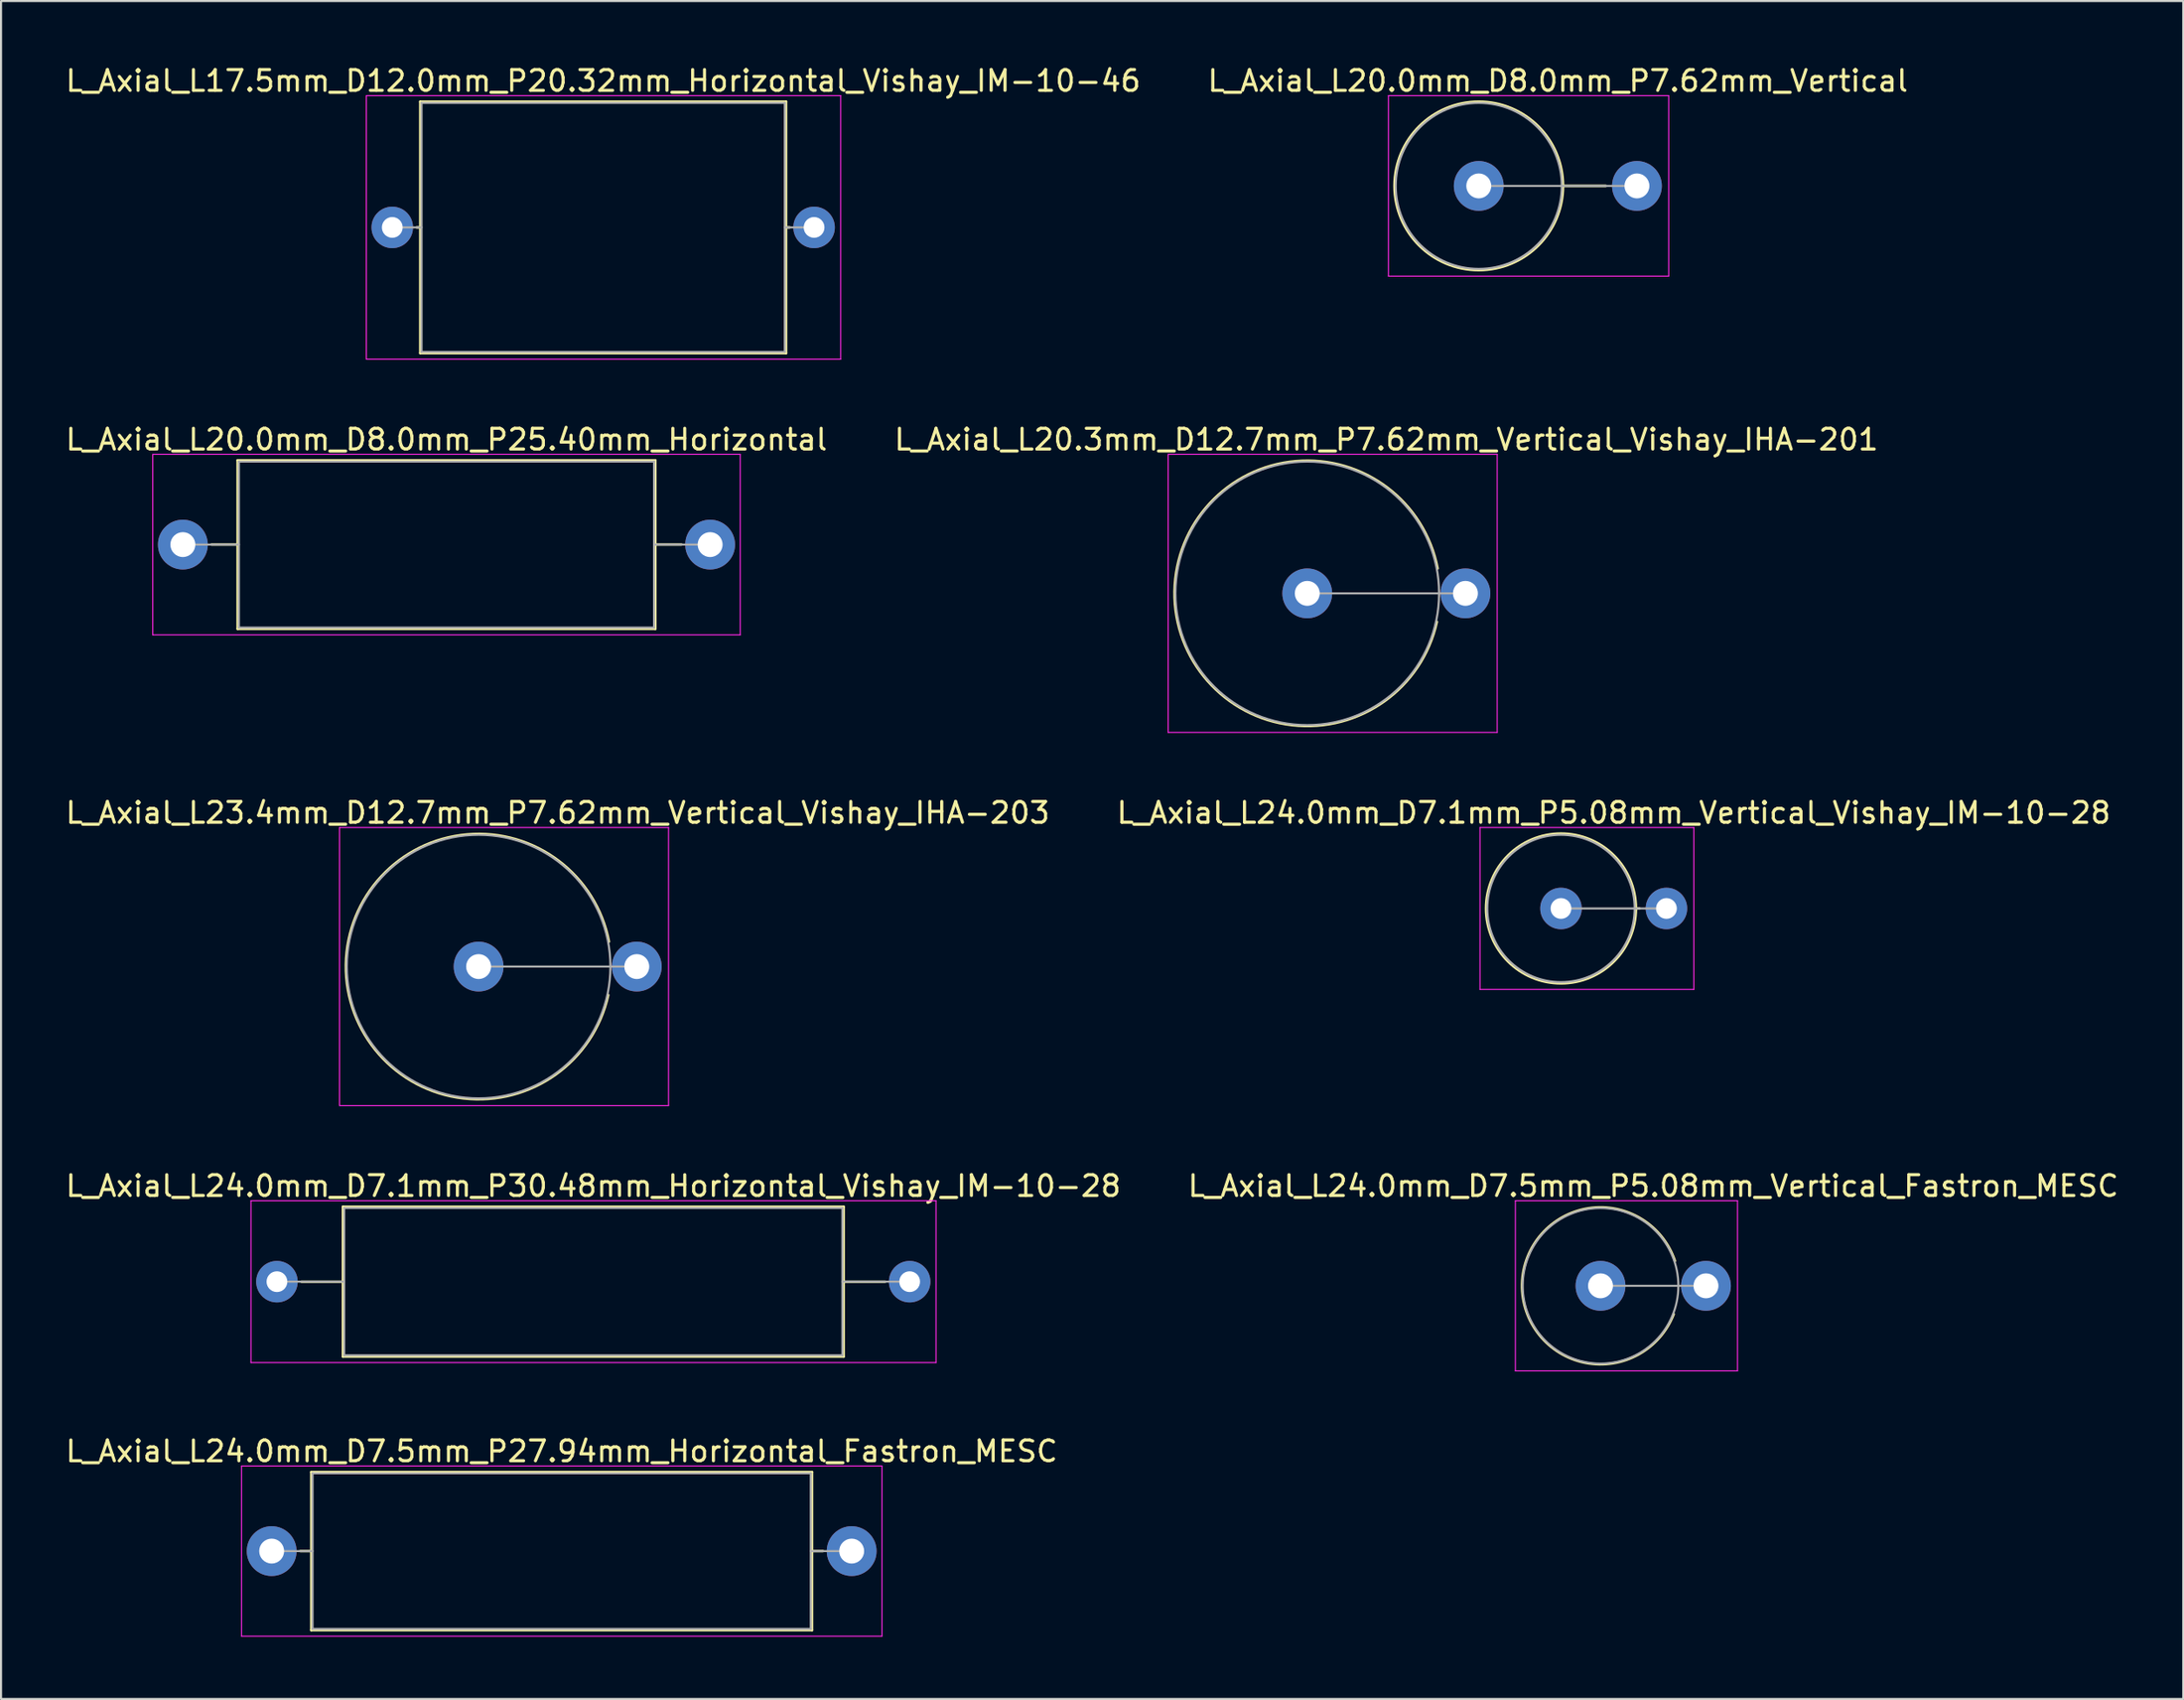
<source format=kicad_pcb>
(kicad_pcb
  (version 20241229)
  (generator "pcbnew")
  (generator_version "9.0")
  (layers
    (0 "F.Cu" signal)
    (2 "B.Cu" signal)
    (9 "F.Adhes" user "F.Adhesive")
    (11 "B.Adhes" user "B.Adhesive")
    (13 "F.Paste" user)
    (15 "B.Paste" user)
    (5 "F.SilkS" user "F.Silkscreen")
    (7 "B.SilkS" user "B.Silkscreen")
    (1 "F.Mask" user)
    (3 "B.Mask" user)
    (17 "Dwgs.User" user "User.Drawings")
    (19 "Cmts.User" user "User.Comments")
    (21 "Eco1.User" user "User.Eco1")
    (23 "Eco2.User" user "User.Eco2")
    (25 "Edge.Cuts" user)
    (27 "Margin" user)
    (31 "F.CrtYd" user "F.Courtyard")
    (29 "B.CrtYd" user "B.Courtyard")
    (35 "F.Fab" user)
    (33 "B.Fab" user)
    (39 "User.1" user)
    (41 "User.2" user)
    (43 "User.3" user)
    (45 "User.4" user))
  (footprint "L_Axial_L24.0mm_D7.5mm_P5.08mm_Vertical_Fastron_MESC"
    (layer "F.Cu")
    (at 74.049 58.908)
    (property "Reference" "L_Axial_L24.0mm_D7.5mm_P5.08mm_Vertical_Fastron_MESC" (at 2.54 -4.81 0) (layer "F.SilkS") (effects (font (size 1 1) (thickness 0.15))))
    (attr through_hole)
    (fp_arc (start 3.527175 1.360529) (mid -3.779514 -0.085308) (end 3.584969 -1.2) (stroke (width 0.12) (type solid)) (layer "F.SilkS"))
    (fp_line (start -4.1 -4.1) (end -4.1 4.1) (stroke (width 0.05) (type solid)) (layer "F.CrtYd"))
    (fp_line (start -4.1 4.1) (end 6.6 4.1) (stroke (width 0.05) (type solid)) (layer "F.CrtYd"))
    (fp_line (start 6.6 -4.1) (end -4.1 -4.1) (stroke (width 0.05) (type solid)) (layer "F.CrtYd"))
    (fp_line (start 6.6 4.1) (end 6.6 -4.1) (stroke (width 0.05) (type solid)) (layer "F.CrtYd"))
    (fp_line (start 0 0) (end 5.08 0) (stroke (width 0.1) (type solid)) (layer "F.Fab"))
    (fp_circle (center 0 0) (end 3.75 0) (stroke (width 0.1) (type solid)) (fill no) (layer "F.Fab"))
    (pad "1" thru_hole circle (at 0 0) (size 2.4 2.4) (drill 1.2) (layers "*.Cu" "*.Mask"))
    (pad "2" thru_hole oval (at 5.08 0) (size 2.4 2.4) (drill 1.2) (layers "*.Cu" "*.Mask")))
  (footprint "L_Axial_L24.0mm_D7.1mm_P5.08mm_Vertical_Vishay_IM-10-28"
    (layer "F.Cu")
    (at 72.145 40.725)
    (property "Reference" "L_Axial_L24.0mm_D7.1mm_P5.08mm_Vertical_Vishay_IM-10-28" (at 2.54 -4.61 0) (layer "F.SilkS") (effects (font (size 1 1) (thickness 0.15))))
    (attr through_hole)
    (fp_line (start 3.61 0) (end 3.78 0) (stroke (width 0.12) (type solid)) (layer "F.SilkS"))
    (fp_circle (center 0 0) (end 3.61 0) (stroke (width 0.12) (type solid)) (fill no) (layer "F.SilkS"))
    (fp_line (start -3.9 -3.9) (end -3.9 3.9) (stroke (width 0.05) (type solid)) (layer "F.CrtYd"))
    (fp_line (start -3.9 3.9) (end 6.4 3.9) (stroke (width 0.05) (type solid)) (layer "F.CrtYd"))
    (fp_line (start 6.4 -3.9) (end -3.9 -3.9) (stroke (width 0.05) (type solid)) (layer "F.CrtYd"))
    (fp_line (start 6.4 3.9) (end 6.4 -3.9) (stroke (width 0.05) (type solid)) (layer "F.CrtYd"))
    (fp_line (start 0 0) (end 5.08 0) (stroke (width 0.1) (type solid)) (layer "F.Fab"))
    (fp_circle (center 0 0) (end 3.55 0) (stroke (width 0.1) (type solid)) (fill no) (layer "F.Fab"))
    (pad "1" thru_hole circle (at 0 0) (size 2 2) (drill 1) (layers "*.Cu" "*.Mask"))
    (pad "2" thru_hole oval (at 5.08 0) (size 2 2) (drill 1) (layers "*.Cu" "*.Mask")))
  (footprint "L_Axial_L20.0mm_D8.0mm_P7.62mm_Vertical"
    (layer "F.Cu")
    (at 68.184 5.908)
    (property "Reference" "L_Axial_L20.0mm_D8.0mm_P7.62mm_Vertical" (at 3.81 -5.06 0) (layer "F.SilkS") (effects (font (size 1 1) (thickness 0.15))))
    (attr through_hole)
    (fp_line (start 4.06 0) (end 6.12 0) (stroke (width 0.12) (type solid)) (layer "F.SilkS"))
    (fp_circle (center 0 0) (end 4.06 0) (stroke (width 0.12) (type solid)) (fill no) (layer "F.SilkS"))
    (fp_line (start -4.35 -4.35) (end -4.35 4.35) (stroke (width 0.05) (type solid)) (layer "F.CrtYd"))
    (fp_line (start -4.35 4.35) (end 9.15 4.35) (stroke (width 0.05) (type solid)) (layer "F.CrtYd"))
    (fp_line (start 9.15 -4.35) (end -4.35 -4.35) (stroke (width 0.05) (type solid)) (layer "F.CrtYd"))
    (fp_line (start 9.15 4.35) (end 9.15 -4.35) (stroke (width 0.05) (type solid)) (layer "F.CrtYd"))
    (fp_line (start 0 0) (end 7.62 0) (stroke (width 0.1) (type solid)) (layer "F.Fab"))
    (fp_circle (center 0 0) (end 4 0) (stroke (width 0.1) (type solid)) (fill no) (layer "F.Fab"))
    (pad "1" thru_hole circle (at 0 0) (size 2.4 2.4) (drill 1.2) (layers "*.Cu" "*.Mask"))
    (pad "2" thru_hole oval (at 7.62 0) (size 2.4 2.4) (drill 1.2) (layers "*.Cu" "*.Mask")))
  (footprint "L_Axial_L24.0mm_D7.1mm_P30.48mm_Horizontal_Vishay_IM-10-28"
    (layer "F.Cu")
    (at 10.29 58.708)
    (property "Reference" "L_Axial_L24.0mm_D7.1mm_P30.48mm_Horizontal_Vishay_IM-10-28" (at 15.24 -4.61 0) (layer "F.SilkS") (effects (font (size 1 1) (thickness 0.15))))
    (attr through_hole)
    (fp_line (start 1.18 0) (end 3.18 0) (stroke (width 0.12) (type solid)) (layer "F.SilkS"))
    (fp_line (start 3.18 -3.61) (end 3.18 3.61) (stroke (width 0.12) (type solid)) (layer "F.SilkS"))
    (fp_line (start 3.18 3.61) (end 27.3 3.61) (stroke (width 0.12) (type solid)) (layer "F.SilkS"))
    (fp_line (start 27.3 -3.61) (end 3.18 -3.61) (stroke (width 0.12) (type solid)) (layer "F.SilkS"))
    (fp_line (start 27.3 3.61) (end 27.3 -3.61) (stroke (width 0.12) (type solid)) (layer "F.SilkS"))
    (fp_line (start 29.3 0) (end 27.3 0) (stroke (width 0.12) (type solid)) (layer "F.SilkS"))
    (fp_line (start -1.25 -3.9) (end -1.25 3.9) (stroke (width 0.05) (type solid)) (layer "F.CrtYd"))
    (fp_line (start -1.25 3.9) (end 31.75 3.9) (stroke (width 0.05) (type solid)) (layer "F.CrtYd"))
    (fp_line (start 31.75 -3.9) (end -1.25 -3.9) (stroke (width 0.05) (type solid)) (layer "F.CrtYd"))
    (fp_line (start 31.75 3.9) (end 31.75 -3.9) (stroke (width 0.05) (type solid)) (layer "F.CrtYd"))
    (fp_line (start 0 0) (end 3.24 0) (stroke (width 0.1) (type solid)) (layer "F.Fab"))
    (fp_line (start 3.24 -3.55) (end 3.24 3.55) (stroke (width 0.1) (type solid)) (layer "F.Fab"))
    (fp_line (start 3.24 3.55) (end 27.24 3.55) (stroke (width 0.1) (type solid)) (layer "F.Fab"))
    (fp_line (start 27.24 -3.55) (end 3.24 -3.55) (stroke (width 0.1) (type solid)) (layer "F.Fab"))
    (fp_line (start 27.24 3.55) (end 27.24 -3.55) (stroke (width 0.1) (type solid)) (layer "F.Fab"))
    (fp_line (start 30.48 0) (end 27.24 0) (stroke (width 0.1) (type solid)) (layer "F.Fab"))
    (pad "1" thru_hole circle (at 0 0) (size 2 2) (drill 1) (layers "*.Cu" "*.Mask"))
    (pad "2" thru_hole oval (at 30.48 0) (size 2 2) (drill 1) (layers "*.Cu" "*.Mask")))
  (footprint "L_Axial_L17.5mm_D12.0mm_P20.32mm_Horizontal_Vishay_IM-10-46"
    (layer "F.Cu")
    (at 15.846 7.908)
    (property "Reference" "L_Axial_L17.5mm_D12.0mm_P20.32mm_Horizontal_Vishay_IM-10-46" (at 10.16 -7.06 0) (layer "F.SilkS") (effects (font (size 1 1) (thickness 0.15))))
    (attr through_hole)
    (fp_line (start 1.18 0) (end 1.35 0) (stroke (width 0.12) (type solid)) (layer "F.SilkS"))
    (fp_line (start 1.35 -6.06) (end 1.35 6.06) (stroke (width 0.12) (type solid)) (layer "F.SilkS"))
    (fp_line (start 1.35 6.06) (end 18.97 6.06) (stroke (width 0.12) (type solid)) (layer "F.SilkS"))
    (fp_line (start 18.97 -6.06) (end 1.35 -6.06) (stroke (width 0.12) (type solid)) (layer "F.SilkS"))
    (fp_line (start 18.97 6.06) (end 18.97 -6.06) (stroke (width 0.12) (type solid)) (layer "F.SilkS"))
    (fp_line (start 19.14 0) (end 18.97 0) (stroke (width 0.12) (type solid)) (layer "F.SilkS"))
    (fp_line (start -1.25 -6.35) (end -1.25 6.35) (stroke (width 0.05) (type solid)) (layer "F.CrtYd"))
    (fp_line (start -1.25 6.35) (end 21.6 6.35) (stroke (width 0.05) (type solid)) (layer "F.CrtYd"))
    (fp_line (start 21.6 -6.35) (end -1.25 -6.35) (stroke (width 0.05) (type solid)) (layer "F.CrtYd"))
    (fp_line (start 21.6 6.35) (end 21.6 -6.35) (stroke (width 0.05) (type solid)) (layer "F.CrtYd"))
    (fp_line (start 0 0) (end 1.41 0) (stroke (width 0.1) (type solid)) (layer "F.Fab"))
    (fp_line (start 1.41 -6) (end 1.41 6) (stroke (width 0.1) (type solid)) (layer "F.Fab"))
    (fp_line (start 1.41 6) (end 18.91 6) (stroke (width 0.1) (type solid)) (layer "F.Fab"))
    (fp_line (start 18.91 -6) (end 1.41 -6) (stroke (width 0.1) (type solid)) (layer "F.Fab"))
    (fp_line (start 18.91 6) (end 18.91 -6) (stroke (width 0.1) (type solid)) (layer "F.Fab"))
    (fp_line (start 20.32 0) (end 18.91 0) (stroke (width 0.1) (type solid)) (layer "F.Fab"))
    (pad "1" thru_hole circle (at 0 0) (size 2 2) (drill 1) (layers "*.Cu" "*.Mask"))
    (pad "2" thru_hole oval (at 20.32 0) (size 2 2) (drill 1) (layers "*.Cu" "*.Mask")))
  (footprint "L_Axial_L20.3mm_D12.7mm_P7.62mm_Vertical_Vishay_IHA-201"
    (layer "F.Cu")
    (at 59.922 25.541)
    (property "Reference" "L_Axial_L20.3mm_D12.7mm_P7.62mm_Vertical_Vishay_IHA-201" (at 3.81 -7.41 0) (layer "F.SilkS") (effects (font (size 1 1) (thickness 0.15))))
    (attr through_hole)
    (fp_arc (start 6.243846 1.370541) (mid -6.391903 -0.087048) (end 6.278853 -1.2) (stroke (width 0.12) (type solid)) (layer "F.SilkS"))
    (fp_line (start -6.7 -6.7) (end -6.7 6.7) (stroke (width 0.05) (type solid)) (layer "F.CrtYd"))
    (fp_line (start -6.7 6.7) (end 9.15 6.7) (stroke (width 0.05) (type solid)) (layer "F.CrtYd"))
    (fp_line (start 9.15 -6.7) (end -6.7 -6.7) (stroke (width 0.05) (type solid)) (layer "F.CrtYd"))
    (fp_line (start 9.15 6.7) (end 9.15 -6.7) (stroke (width 0.05) (type solid)) (layer "F.CrtYd"))
    (fp_line (start 0 0) (end 7.62 0) (stroke (width 0.1) (type solid)) (layer "F.Fab"))
    (fp_circle (center 0 0) (end 6.35 0) (stroke (width 0.1) (type solid)) (fill no) (layer "F.Fab"))
    (pad "1" thru_hole circle (at 0 0) (size 2.4 2.4) (drill 1.2) (layers "*.Cu" "*.Mask"))
    (pad "2" thru_hole oval (at 7.62 0) (size 2.4 2.4) (drill 1.2) (layers "*.Cu" "*.Mask")))
  (footprint "L_Axial_L20.0mm_D8.0mm_P25.40mm_Horizontal"
    (layer "F.Cu")
    (at 5.758 23.192)
    (property "Reference" "L_Axial_L20.0mm_D8.0mm_P25.40mm_Horizontal" (at 12.7 -5.06 0) (layer "F.SilkS") (effects (font (size 1 1) (thickness 0.15))))
    (attr through_hole)
    (fp_line (start 1.38 0) (end 2.64 0) (stroke (width 0.12) (type solid)) (layer "F.SilkS"))
    (fp_line (start 2.64 -4.06) (end 2.64 4.06) (stroke (width 0.12) (type solid)) (layer "F.SilkS"))
    (fp_line (start 2.64 4.06) (end 22.76 4.06) (stroke (width 0.12) (type solid)) (layer "F.SilkS"))
    (fp_line (start 22.76 -4.06) (end 2.64 -4.06) (stroke (width 0.12) (type solid)) (layer "F.SilkS"))
    (fp_line (start 22.76 4.06) (end 22.76 -4.06) (stroke (width 0.12) (type solid)) (layer "F.SilkS"))
    (fp_line (start 24.02 0) (end 22.76 0) (stroke (width 0.12) (type solid)) (layer "F.SilkS"))
    (fp_line (start -1.45 -4.35) (end -1.45 4.35) (stroke (width 0.05) (type solid)) (layer "F.CrtYd"))
    (fp_line (start -1.45 4.35) (end 26.85 4.35) (stroke (width 0.05) (type solid)) (layer "F.CrtYd"))
    (fp_line (start 26.85 -4.35) (end -1.45 -4.35) (stroke (width 0.05) (type solid)) (layer "F.CrtYd"))
    (fp_line (start 26.85 4.35) (end 26.85 -4.35) (stroke (width 0.05) (type solid)) (layer "F.CrtYd"))
    (fp_line (start 0 0) (end 2.7 0) (stroke (width 0.1) (type solid)) (layer "F.Fab"))
    (fp_line (start 2.7 -4) (end 2.7 4) (stroke (width 0.1) (type solid)) (layer "F.Fab"))
    (fp_line (start 2.7 4) (end 22.7 4) (stroke (width 0.1) (type solid)) (layer "F.Fab"))
    (fp_line (start 22.7 -4) (end 2.7 -4) (stroke (width 0.1) (type solid)) (layer "F.Fab"))
    (fp_line (start 22.7 4) (end 22.7 -4) (stroke (width 0.1) (type solid)) (layer "F.Fab"))
    (fp_line (start 25.4 0) (end 22.7 0) (stroke (width 0.1) (type solid)) (layer "F.Fab"))
    (pad "1" thru_hole circle (at 0 0) (size 2.4 2.4) (drill 1.2) (layers "*.Cu" "*.Mask"))
    (pad "2" thru_hole oval (at 25.4 0) (size 2.4 2.4) (drill 1.2) (layers "*.Cu" "*.Mask")))
  (footprint "L_Axial_L23.4mm_D12.7mm_P7.62mm_Vertical_Vishay_IHA-203"
    (layer "F.Cu")
    (at 20.005 43.525)
    (property "Reference" "L_Axial_L23.4mm_D12.7mm_P7.62mm_Vertical_Vishay_IHA-203" (at 3.81 -7.41 0) (layer "F.SilkS") (effects (font (size 1 1) (thickness 0.15))))
    (attr through_hole)
    (fp_arc (start 6.243846 1.370541) (mid -6.391903 -0.087048) (end 6.278853 -1.2) (stroke (width 0.12) (type solid)) (layer "F.SilkS"))
    (fp_line (start -6.7 -6.7) (end -6.7 6.7) (stroke (width 0.05) (type solid)) (layer "F.CrtYd"))
    (fp_line (start -6.7 6.7) (end 9.15 6.7) (stroke (width 0.05) (type solid)) (layer "F.CrtYd"))
    (fp_line (start 9.15 -6.7) (end -6.7 -6.7) (stroke (width 0.05) (type solid)) (layer "F.CrtYd"))
    (fp_line (start 9.15 6.7) (end 9.15 -6.7) (stroke (width 0.05) (type solid)) (layer "F.CrtYd"))
    (fp_line (start 0 0) (end 7.62 0) (stroke (width 0.1) (type solid)) (layer "F.Fab"))
    (fp_circle (center 0 0) (end 6.35 0) (stroke (width 0.1) (type solid)) (fill no) (layer "F.Fab"))
    (pad "1" thru_hole circle (at 0 0) (size 2.4 2.4) (drill 1.2) (layers "*.Cu" "*.Mask"))
    (pad "2" thru_hole oval (at 7.62 0) (size 2.4 2.4) (drill 1.2) (layers "*.Cu" "*.Mask")))
  (footprint "L_Axial_L24.0mm_D7.5mm_P27.94mm_Horizontal_Fastron_MESC"
    (layer "F.Cu")
    (at 10.036 71.691)
    (property "Reference" "L_Axial_L24.0mm_D7.5mm_P27.94mm_Horizontal_Fastron_MESC" (at 13.97 -4.81 0) (layer "F.SilkS") (effects (font (size 1 1) (thickness 0.15))))
    (attr through_hole)
    (fp_line (start 1.38 0) (end 1.91 0) (stroke (width 0.12) (type solid)) (layer "F.SilkS"))
    (fp_line (start 1.91 -3.81) (end 1.91 3.81) (stroke (width 0.12) (type solid)) (layer "F.SilkS"))
    (fp_line (start 1.91 3.81) (end 26.03 3.81) (stroke (width 0.12) (type solid)) (layer "F.SilkS"))
    (fp_line (start 26.03 -3.81) (end 1.91 -3.81) (stroke (width 0.12) (type solid)) (layer "F.SilkS"))
    (fp_line (start 26.03 3.81) (end 26.03 -3.81) (stroke (width 0.12) (type solid)) (layer "F.SilkS"))
    (fp_line (start 26.56 0) (end 26.03 0) (stroke (width 0.12) (type solid)) (layer "F.SilkS"))
    (fp_line (start -1.45 -4.1) (end -1.45 4.1) (stroke (width 0.05) (type solid)) (layer "F.CrtYd"))
    (fp_line (start -1.45 4.1) (end 29.4 4.1) (stroke (width 0.05) (type solid)) (layer "F.CrtYd"))
    (fp_line (start 29.4 -4.1) (end -1.45 -4.1) (stroke (width 0.05) (type solid)) (layer "F.CrtYd"))
    (fp_line (start 29.4 4.1) (end 29.4 -4.1) (stroke (width 0.05) (type solid)) (layer "F.CrtYd"))
    (fp_line (start 0 0) (end 1.97 0) (stroke (width 0.1) (type solid)) (layer "F.Fab"))
    (fp_line (start 1.97 -3.75) (end 1.97 3.75) (stroke (width 0.1) (type solid)) (layer "F.Fab"))
    (fp_line (start 1.97 3.75) (end 25.97 3.75) (stroke (width 0.1) (type solid)) (layer "F.Fab"))
    (fp_line (start 25.97 -3.75) (end 1.97 -3.75) (stroke (width 0.1) (type solid)) (layer "F.Fab"))
    (fp_line (start 25.97 3.75) (end 25.97 -3.75) (stroke (width 0.1) (type solid)) (layer "F.Fab"))
    (fp_line (start 27.94 0) (end 25.97 0) (stroke (width 0.1) (type solid)) (layer "F.Fab"))
    (pad "1" thru_hole circle (at 0 0) (size 2.4 2.4) (drill 1.2) (layers "*.Cu" "*.Mask"))
    (pad "2" thru_hole oval (at 27.94 0) (size 2.4 2.4) (drill 1.2) (layers "*.Cu" "*.Mask")))
  (gr_rect
    (start -3 -3)
    (end 102.119 78.816)
    (stroke (width 0.1) (type default))
    (fill no)
    (layer "Edge.Cuts")))
</source>
